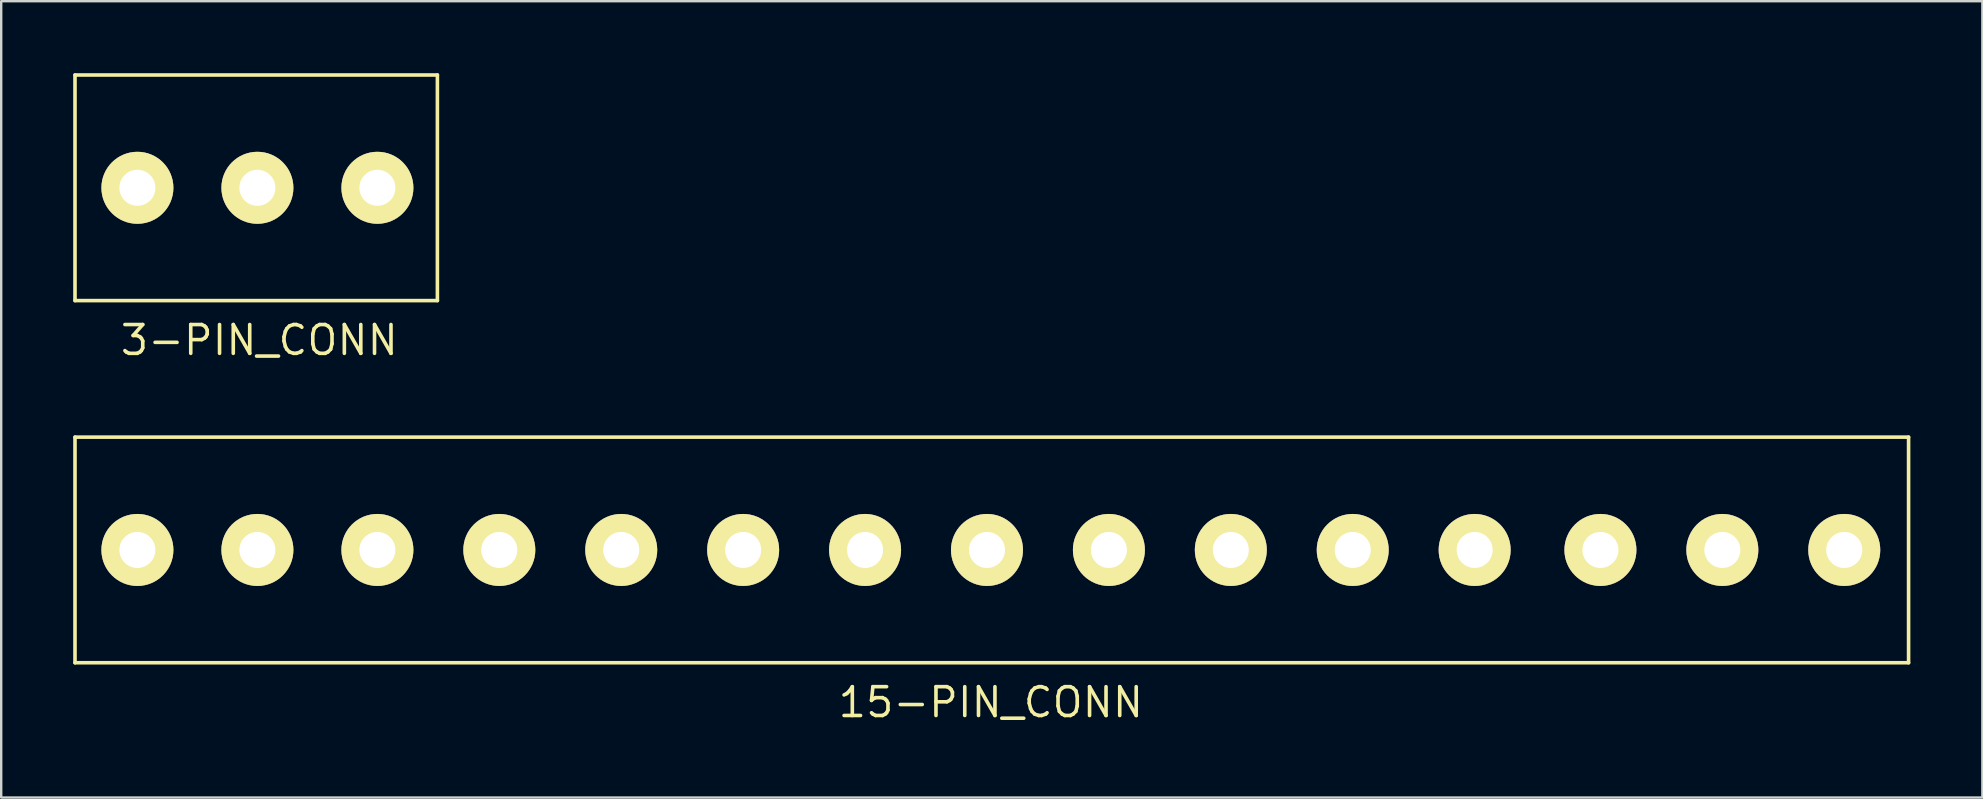
<source format=kicad_pcb>
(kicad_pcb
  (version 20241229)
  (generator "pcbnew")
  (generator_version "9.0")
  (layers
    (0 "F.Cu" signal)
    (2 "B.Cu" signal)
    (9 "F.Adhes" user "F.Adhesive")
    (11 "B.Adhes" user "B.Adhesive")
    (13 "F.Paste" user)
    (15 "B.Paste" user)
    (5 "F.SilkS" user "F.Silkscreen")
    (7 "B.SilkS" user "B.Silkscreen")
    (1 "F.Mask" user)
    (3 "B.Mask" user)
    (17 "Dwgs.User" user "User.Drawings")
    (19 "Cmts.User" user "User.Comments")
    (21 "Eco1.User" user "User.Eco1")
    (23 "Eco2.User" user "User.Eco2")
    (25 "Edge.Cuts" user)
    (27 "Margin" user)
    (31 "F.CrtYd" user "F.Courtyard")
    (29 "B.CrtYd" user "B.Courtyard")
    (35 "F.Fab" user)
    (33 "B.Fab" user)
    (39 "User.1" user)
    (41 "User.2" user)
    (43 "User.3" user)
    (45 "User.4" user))
  (footprint "15-PIN_CONN"
    (layer "F.Cu")
    (at 2.675 19.865)
    (property "Reference" "15-PIN_CONN" (at 35.56 6.35 0) (layer "F.SilkS") (effects (font (size 1.2 1.2) (thickness 0.15))))
    (attr through_hole)
    (fp_line (start -2.6 -4.7) (end -2.6 4.7) (stroke (width 0.15) (type solid)) (layer "F.SilkS"))
    (fp_line (start -2.6 -4.7) (end 73.8 -4.7) (stroke (width 0.15) (type solid)) (layer "F.SilkS"))
    (fp_line (start 73.8 -4.7) (end 73.8 4.7) (stroke (width 0.15) (type solid)) (layer "F.SilkS"))
    (fp_line (start 73.8 4.7) (end -2.6 4.7) (stroke (width 0.15) (type solid)) (layer "F.SilkS"))
    (pad "1" thru_hole circle (at 0 0) (size 3 3) (drill 1.5) (layers "*.Cu" "*.Mask" "F.SilkS"))
    (pad "2" thru_hole circle (at 5 0) (size 3 3) (drill 1.5) (layers "*.Cu" "*.Mask" "F.SilkS"))
    (pad "3" thru_hole circle (at 10 0) (size 3 3) (drill 1.5) (layers "*.Cu" "*.Mask" "F.SilkS"))
    (pad "4" thru_hole circle (at 15.08 0) (size 3 3) (drill 1.5) (layers "*.Cu" "*.Mask" "F.SilkS"))
    (pad "5" thru_hole circle (at 20.16 0) (size 3 3) (drill 1.5) (layers "*.Cu" "*.Mask" "F.SilkS"))
    (pad "6" thru_hole circle (at 25.24 0) (size 3 3) (drill 1.5) (layers "*.Cu" "*.Mask" "F.SilkS"))
    (pad "7" thru_hole circle (at 30.32 0) (size 3 3) (drill 1.5) (layers "*.Cu" "*.Mask" "F.SilkS"))
    (pad "8" thru_hole circle (at 35.4 0) (size 3 3) (drill 1.5) (layers "*.Cu" "*.Mask" "F.SilkS"))
    (pad "9" thru_hole circle (at 40.48 0) (size 3 3) (drill 1.5) (layers "*.Cu" "*.Mask" "F.SilkS"))
    (pad "10" thru_hole circle (at 45.56 0) (size 3 3) (drill 1.5) (layers "*.Cu" "*.Mask" "F.SilkS"))
    (pad "11" thru_hole circle (at 50.64 0) (size 3 3) (drill 1.5) (layers "*.Cu" "*.Mask" "F.SilkS"))
    (pad "12" thru_hole circle (at 55.72 0) (size 3 3) (drill 1.5) (layers "*.Cu" "*.Mask" "F.SilkS"))
    (pad "13" thru_hole circle (at 60.96 0) (size 3 3) (drill 1.5) (layers "*.Cu" "*.Mask" "F.SilkS"))
    (pad "14" thru_hole circle (at 66.04 0) (size 3 3) (drill 1.5) (layers "*.Cu" "*.Mask" "F.SilkS"))
    (pad "15" thru_hole circle (at 71.12 0) (size 3 3) (drill 1.5) (layers "*.Cu" "*.Mask" "F.SilkS")))
  (footprint "3-PIN_CONN"
    (layer "F.Cu")
    (at 2.675 4.775)
    (property "Reference" "3-PIN_CONN" (at 5.08 6.35 0) (layer "F.SilkS") (effects (font (size 1.2 1.2) (thickness 0.15))))
    (attr through_hole)
    (fp_line (start -2.6 -4.7) (end -2.6 4.7) (stroke (width 0.15) (type solid)) (layer "F.SilkS"))
    (fp_line (start -2.6 -4.7) (end 12.5 -4.7) (stroke (width 0.15) (type solid)) (layer "F.SilkS"))
    (fp_line (start 12.5 -4.7) (end 12.5 4.7) (stroke (width 0.15) (type solid)) (layer "F.SilkS"))
    (fp_line (start 12.5 4.7) (end -2.6 4.7) (stroke (width 0.15) (type solid)) (layer "F.SilkS"))
    (pad "1" thru_hole circle (at 0 0) (size 3 3) (drill 1.5) (layers "*.Cu" "*.Mask" "F.SilkS"))
    (pad "2" thru_hole circle (at 5 0) (size 3 3) (drill 1.5) (layers "*.Cu" "*.Mask" "F.SilkS"))
    (pad "3" thru_hole circle (at 10 0) (size 3 3) (drill 1.5) (layers "*.Cu" "*.Mask" "F.SilkS")))
  (gr_rect
    (start -3 -3)
    (end 79.55 30.18)
    (stroke (width 0.1) (type default))
    (fill no)
    (layer "Edge.Cuts")))
</source>
